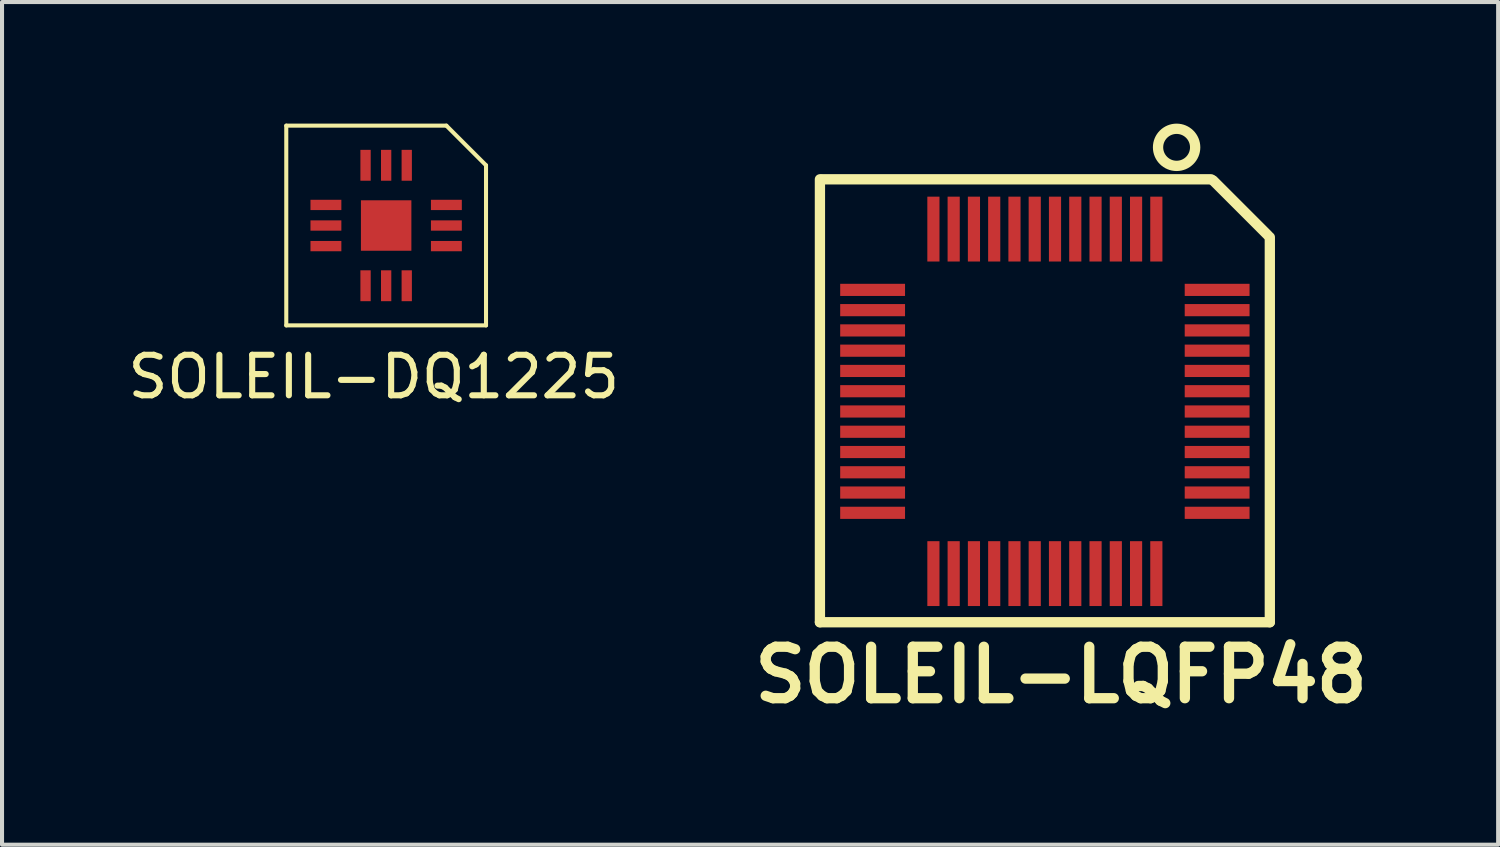
<source format=kicad_pcb>
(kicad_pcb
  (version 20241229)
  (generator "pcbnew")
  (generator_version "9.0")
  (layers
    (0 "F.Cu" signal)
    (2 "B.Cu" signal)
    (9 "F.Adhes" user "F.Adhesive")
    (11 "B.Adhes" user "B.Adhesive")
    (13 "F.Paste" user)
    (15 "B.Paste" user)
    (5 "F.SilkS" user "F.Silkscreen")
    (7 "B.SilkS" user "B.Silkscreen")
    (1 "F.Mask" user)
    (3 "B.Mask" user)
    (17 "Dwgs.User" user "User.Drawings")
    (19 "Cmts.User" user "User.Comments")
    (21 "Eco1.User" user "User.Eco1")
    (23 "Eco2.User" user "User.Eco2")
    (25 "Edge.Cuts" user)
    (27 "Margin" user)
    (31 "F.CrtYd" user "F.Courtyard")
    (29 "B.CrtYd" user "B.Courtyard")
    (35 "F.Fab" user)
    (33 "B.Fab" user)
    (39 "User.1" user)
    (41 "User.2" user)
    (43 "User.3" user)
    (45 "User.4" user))
  (footprint "SOLEIL-DQ1225"
    (layer "F.Cu")
    (at 6.985 1.028)
    (property "Reference" "SOLEIL-DQ1225" (at -0.813 5.22 0) (layer "F.SilkS") (effects (font (size 1 1) (thickness 0.15))))
    (attr smd)
    (fp_line (start -2.972 -0.978) (end -2.972 3.95) (stroke (width 0.1) (type solid)) (layer "F.SilkS"))
    (fp_line (start -2.972 -0.978) (end 0.978 -0.978) (stroke (width 0.1) (type solid)) (layer "F.SilkS"))
    (fp_line (start 1.956 0) (end 0.978 -0.978) (stroke (width 0.1) (type solid)) (layer "F.SilkS"))
    (fp_line (start 1.956 0) (end 1.956 3.95) (stroke (width 0.1) (type solid)) (layer "F.SilkS"))
    (fp_line (start 1.956 3.95) (end -2.972 3.95) (stroke (width 0.1) (type solid)) (layer "F.SilkS"))
    (pad "0" smd rect (at -0.508 1.486) (size 1.245 1.245) (layers "F.Cu" "F.Mask" "F.Paste"))
    (pad "1" smd rect (at 0 0) (size 0.254 0.762) (layers "F.Cu" "F.Mask" "F.Paste"))
    (pad "2" smd rect (at -0.508 0) (size 0.254 0.762) (layers "F.Cu" "F.Mask" "F.Paste"))
    (pad "3" smd rect (at -1.016 0) (size 0.254 0.762) (layers "F.Cu" "F.Mask" "F.Paste"))
    (pad "4" smd rect (at -1.994 0.978) (size 0.762 0.254) (layers "F.Cu" "F.Mask" "F.Paste"))
    (pad "5" smd rect (at -1.994 1.486) (size 0.762 0.254) (layers "F.Cu" "F.Mask" "F.Paste"))
    (pad "6" smd rect (at -1.994 1.994) (size 0.762 0.254) (layers "F.Cu" "F.Mask" "F.Paste"))
    (pad "7" smd rect (at -1.016 2.972) (size 0.254 0.762) (layers "F.Cu" "F.Mask" "F.Paste"))
    (pad "8" smd rect (at -0.508 2.972) (size 0.254 0.762) (layers "F.Cu" "F.Mask" "F.Paste"))
    (pad "9" smd rect (at 0 2.972) (size 0.254 0.762) (layers "F.Cu" "F.Mask" "F.Paste"))
    (pad "10" smd rect (at 0.978 1.994) (size 0.762 0.254) (layers "F.Cu" "F.Mask" "F.Paste"))
    (pad "11" smd rect (at 0.978 1.486) (size 0.762 0.254) (layers "F.Cu" "F.Mask" "F.Paste"))
    (pad "12" smd rect (at 0.978 0.978) (size 0.762 0.254) (layers "F.Cu" "F.Mask" "F.Paste")))
  (footprint "SOLEIL-LQFP48"
    (layer "F.Cu")
    (at 25.479 2.602)
    (property "Reference" "SOLEIL-LQFP48" (at -2.35 11 0) (layer "F.SilkS") (effects (font (size 1.27 1.27) (thickness 0.254))))
    (attr smd)
    (fp_line (start -8.3 -1.228) (end -8.3 9.7) (stroke (width 0.254) (type solid)) (layer "F.SilkS"))
    (fp_line (start -8.25 -1.228) (end 1.35 -1.228) (stroke (width 0.254) (type solid)) (layer "F.SilkS"))
    (fp_line (start 1.4 -1.2) (end 2.75 0.15) (stroke (width 0.254) (type solid)) (layer "F.SilkS"))
    (fp_line (start 2.8 0.2) (end 2.8 9.7) (stroke (width 0.254) (type solid)) (layer "F.SilkS"))
    (fp_line (start 2.8 9.7) (end -8.3 9.7) (stroke (width 0.254) (type solid)) (layer "F.SilkS"))
    (fp_circle (center 0.5 -2.017) (end 0.119 -2.271) (stroke (width 0.254) (type solid)) (fill no) (layer "F.SilkS"))
    (pad "1" smd rect (at 0 0) (size 0.3 1.6) (layers "F.Cu" "F.Mask" "F.Paste"))
    (pad "2" smd rect (at -0.5 0) (size 0.3 1.6) (layers "F.Cu" "F.Mask" "F.Paste"))
    (pad "3" smd rect (at -1 0) (size 0.3 1.6) (layers "F.Cu" "F.Mask" "F.Paste"))
    (pad "4" smd rect (at -1.5 0) (size 0.3 1.6) (layers "F.Cu" "F.Mask" "F.Paste"))
    (pad "5" smd rect (at -2 0) (size 0.3 1.6) (layers "F.Cu" "F.Mask" "F.Paste"))
    (pad "6" smd rect (at -2.5 0) (size 0.3 1.6) (layers "F.Cu" "F.Mask" "F.Paste"))
    (pad "7" smd rect (at -3 0) (size 0.3 1.6) (layers "F.Cu" "F.Mask" "F.Paste"))
    (pad "8" smd rect (at -3.5 0) (size 0.3 1.6) (layers "F.Cu" "F.Mask" "F.Paste"))
    (pad "9" smd rect (at -4 0) (size 0.3 1.6) (layers "F.Cu" "F.Mask" "F.Paste"))
    (pad "10" smd rect (at -4.5 0) (size 0.3 1.6) (layers "F.Cu" "F.Mask" "F.Paste"))
    (pad "11" smd rect (at -5 0) (size 0.3 1.6) (layers "F.Cu" "F.Mask" "F.Paste"))
    (pad "12" smd rect (at -5.5 0) (size 0.3 1.6) (layers "F.Cu" "F.Mask" "F.Paste"))
    (pad "13" smd rect (at -7 1.5) (size 1.6 0.3) (layers "F.Cu" "F.Mask" "F.Paste"))
    (pad "14" smd rect (at -7 2) (size 1.6 0.3) (layers "F.Cu" "F.Mask" "F.Paste"))
    (pad "15" smd rect (at -7 2.5) (size 1.6 0.3) (layers "F.Cu" "F.Mask" "F.Paste"))
    (pad "16" smd rect (at -7 3) (size 1.6 0.3) (layers "F.Cu" "F.Mask" "F.Paste"))
    (pad "17" smd rect (at -7 3.5) (size 1.6 0.3) (layers "F.Cu" "F.Mask" "F.Paste"))
    (pad "18" smd rect (at -7 4) (size 1.6 0.3) (layers "F.Cu" "F.Mask" "F.Paste"))
    (pad "19" smd rect (at -7 4.5) (size 1.6 0.3) (layers "F.Cu" "F.Mask" "F.Paste"))
    (pad "20" smd rect (at -7 5) (size 1.6 0.3) (layers "F.Cu" "F.Mask" "F.Paste"))
    (pad "21" smd rect (at -7 5.5) (size 1.6 0.3) (layers "F.Cu" "F.Mask" "F.Paste"))
    (pad "22" smd rect (at -7 6) (size 1.6 0.3) (layers "F.Cu" "F.Mask" "F.Paste"))
    (pad "23" smd rect (at -7 6.5) (size 1.6 0.3) (layers "F.Cu" "F.Mask" "F.Paste"))
    (pad "24" smd rect (at -7 7) (size 1.6 0.3) (layers "F.Cu" "F.Mask" "F.Paste"))
    (pad "25" smd rect (at -5.5 8.5) (size 0.3 1.6) (layers "F.Cu" "F.Mask" "F.Paste"))
    (pad "26" smd rect (at -5 8.5) (size 0.3 1.6) (layers "F.Cu" "F.Mask" "F.Paste"))
    (pad "27" smd rect (at -4.5 8.5) (size 0.3 1.6) (layers "F.Cu" "F.Mask" "F.Paste"))
    (pad "28" smd rect (at -4 8.5) (size 0.3 1.6) (layers "F.Cu" "F.Mask" "F.Paste"))
    (pad "29" smd rect (at -3.5 8.5) (size 0.3 1.6) (layers "F.Cu" "F.Mask" "F.Paste"))
    (pad "30" smd rect (at -3 8.5) (size 0.3 1.6) (layers "F.Cu" "F.Mask" "F.Paste"))
    (pad "31" smd rect (at -2.5 8.5) (size 0.3 1.6) (layers "F.Cu" "F.Mask" "F.Paste"))
    (pad "32" smd rect (at -2 8.5) (size 0.3 1.6) (layers "F.Cu" "F.Mask" "F.Paste"))
    (pad "33" smd rect (at -1.5 8.5) (size 0.3 1.6) (layers "F.Cu" "F.Mask" "F.Paste"))
    (pad "34" smd rect (at -1 8.5) (size 0.3 1.6) (layers "F.Cu" "F.Mask" "F.Paste"))
    (pad "35" smd rect (at -0.5 8.5) (size 0.3 1.6) (layers "F.Cu" "F.Mask" "F.Paste"))
    (pad "36" smd rect (at 0 8.5) (size 0.3 1.6) (layers "F.Cu" "F.Mask" "F.Paste"))
    (pad "37" smd rect (at 1.5 7) (size 1.6 0.3) (layers "F.Cu" "F.Mask" "F.Paste"))
    (pad "38" smd rect (at 1.5 6.5) (size 1.6 0.3) (layers "F.Cu" "F.Mask" "F.Paste"))
    (pad "39" smd rect (at 1.5 6) (size 1.6 0.3) (layers "F.Cu" "F.Mask" "F.Paste"))
    (pad "40" smd rect (at 1.5 5.5) (size 1.6 0.3) (layers "F.Cu" "F.Mask" "F.Paste"))
    (pad "41" smd rect (at 1.5 5) (size 1.6 0.3) (layers "F.Cu" "F.Mask" "F.Paste"))
    (pad "42" smd rect (at 1.5 4.5) (size 1.6 0.3) (layers "F.Cu" "F.Mask" "F.Paste"))
    (pad "43" smd rect (at 1.5 4) (size 1.6 0.3) (layers "F.Cu" "F.Mask" "F.Paste"))
    (pad "44" smd rect (at 1.5 3.5) (size 1.6 0.3) (layers "F.Cu" "F.Mask" "F.Paste"))
    (pad "45" smd rect (at 1.5 3) (size 1.6 0.3) (layers "F.Cu" "F.Mask" "F.Paste"))
    (pad "46" smd rect (at 1.5 2.5) (size 1.6 0.3) (layers "F.Cu" "F.Mask" "F.Paste"))
    (pad "47" smd rect (at 1.5 2) (size 1.6 0.3) (layers "F.Cu" "F.Mask" "F.Paste"))
    (pad "48" smd rect (at 1.5 1.5) (size 1.6 0.3) (layers "F.Cu" "F.Mask" "F.Paste")))
  (gr_rect
    (start -3 -3)
    (end 33.912 17.791)
    (stroke (width 0.1) (type default))
    (fill no)
    (layer "Edge.Cuts")))
</source>
